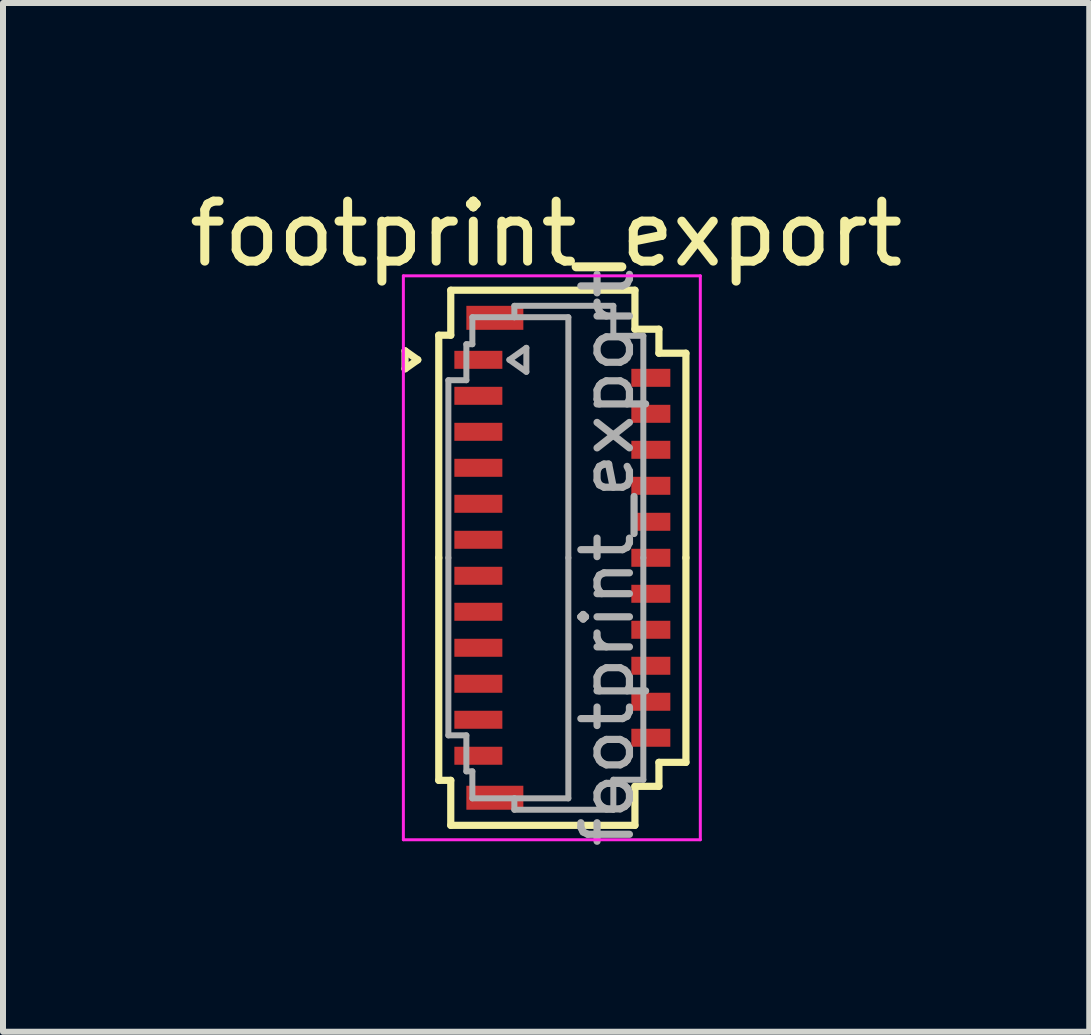
<source format=kicad_pcb>
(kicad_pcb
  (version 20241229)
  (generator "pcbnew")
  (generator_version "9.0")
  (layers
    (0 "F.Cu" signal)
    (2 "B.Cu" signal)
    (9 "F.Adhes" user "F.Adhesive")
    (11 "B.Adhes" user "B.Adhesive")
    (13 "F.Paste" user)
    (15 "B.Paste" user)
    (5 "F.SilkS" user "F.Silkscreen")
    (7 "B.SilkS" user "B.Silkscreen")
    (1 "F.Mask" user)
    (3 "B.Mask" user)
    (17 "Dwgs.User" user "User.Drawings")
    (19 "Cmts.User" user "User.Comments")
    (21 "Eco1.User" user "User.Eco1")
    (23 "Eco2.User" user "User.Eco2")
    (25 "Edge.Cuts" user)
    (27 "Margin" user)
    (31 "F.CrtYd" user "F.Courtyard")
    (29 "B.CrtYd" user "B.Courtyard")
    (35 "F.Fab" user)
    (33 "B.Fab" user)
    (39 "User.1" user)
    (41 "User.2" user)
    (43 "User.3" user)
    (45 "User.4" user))
  (footprint "footprint_export"
    (layer "F.Cu")
    (at 6.324 6.248)
    (property "Reference" "footprint_export" (at -0.27 -5.4 0) (layer "F.SilkS") (effects (font (size 1 1) (thickness 0.15))))
    (attr smd)
    (fp_line (start -2.622 -3.45) (end -2.41 -3.3) (stroke (width 0.12) (type solid)) (layer "F.SilkS"))
    (fp_line (start -2.622 -3.15) (end -2.622 -3.45) (stroke (width 0.12) (type solid)) (layer "F.SilkS"))
    (fp_line (start -2.41 -3.3) (end -2.622 -3.15) (stroke (width 0.12) (type solid)) (layer "F.SilkS"))
    (fp_line (start -2.06 -3.71) (end -2.06 0) (stroke (width 0.12) (type solid)) (layer "F.SilkS"))
    (fp_line (start -2.06 3.71) (end -2.06 0) (stroke (width 0.12) (type solid)) (layer "F.SilkS"))
    (fp_line (start -1.86 -4.46) (end -1.86 -3.71) (stroke (width 0.12) (type solid)) (layer "F.SilkS"))
    (fp_line (start -1.86 -3.71) (end -2.06 -3.71) (stroke (width 0.12) (type solid)) (layer "F.SilkS"))
    (fp_line (start -1.86 3.71) (end -2.06 3.71) (stroke (width 0.12) (type solid)) (layer "F.SilkS"))
    (fp_line (start -1.86 4.46) (end -1.86 3.71) (stroke (width 0.12) (type solid)) (layer "F.SilkS"))
    (fp_line (start 1.21 -4.46) (end -1.86 -4.46) (stroke (width 0.12) (type solid)) (layer "F.SilkS"))
    (fp_line (start 1.21 -3.81) (end 1.21 -4.46) (stroke (width 0.12) (type solid)) (layer "F.SilkS"))
    (fp_line (start 1.21 3.81) (end 1.21 4.46) (stroke (width 0.12) (type solid)) (layer "F.SilkS"))
    (fp_line (start 1.21 4.46) (end -1.86 4.46) (stroke (width 0.12) (type solid)) (layer "F.SilkS"))
    (fp_line (start 1.61 -3.81) (end 1.21 -3.81) (stroke (width 0.12) (type solid)) (layer "F.SilkS"))
    (fp_line (start 1.61 -3.41) (end 1.61 -3.81) (stroke (width 0.12) (type solid)) (layer "F.SilkS"))
    (fp_line (start 1.61 3.41) (end 1.61 3.81) (stroke (width 0.12) (type solid)) (layer "F.SilkS"))
    (fp_line (start 1.61 3.81) (end 1.21 3.81) (stroke (width 0.12) (type solid)) (layer "F.SilkS"))
    (fp_line (start 2.06 -3.41) (end 1.61 -3.41) (stroke (width 0.12) (type solid)) (layer "F.SilkS"))
    (fp_line (start 2.06 0) (end 2.06 -3.41) (stroke (width 0.12) (type solid)) (layer "F.SilkS"))
    (fp_line (start 2.06 0) (end 2.06 3.41) (stroke (width 0.12) (type solid)) (layer "F.SilkS"))
    (fp_line (start 2.06 3.41) (end 1.61 3.41) (stroke (width 0.12) (type solid)) (layer "F.SilkS"))
    (fp_line (start -2.65 -4.7) (end -2.65 4.7) (stroke (width 0.05) (type solid)) (layer "F.CrtYd"))
    (fp_line (start -2.65 4.7) (end 2.3 4.7) (stroke (width 0.05) (type solid)) (layer "F.CrtYd"))
    (fp_line (start 2.3 -4.7) (end -2.65 -4.7) (stroke (width 0.05) (type solid)) (layer "F.CrtYd"))
    (fp_line (start 2.3 4.7) (end 2.3 -4.7) (stroke (width 0.05) (type solid)) (layer "F.CrtYd"))
    (fp_line (start -1.9 -2.96) (end -1.6 -2.96) (stroke (width 0.1) (type solid)) (layer "F.Fab"))
    (fp_line (start -1.9 0) (end -1.9 -2.96) (stroke (width 0.1) (type solid)) (layer "F.Fab"))
    (fp_line (start -1.9 0) (end -1.9 2.96) (stroke (width 0.1) (type solid)) (layer "F.Fab"))
    (fp_line (start -1.9 2.96) (end -1.6 2.96) (stroke (width 0.1) (type solid)) (layer "F.Fab"))
    (fp_line (start -1.6 -3.56) (end -1.5 -3.56) (stroke (width 0.1) (type solid)) (layer "F.Fab"))
    (fp_line (start -1.6 -2.96) (end -1.6 -3.56) (stroke (width 0.1) (type solid)) (layer "F.Fab"))
    (fp_line (start -1.6 2.96) (end -1.6 3.56) (stroke (width 0.1) (type solid)) (layer "F.Fab"))
    (fp_line (start -1.6 3.56) (end -1.5 3.56) (stroke (width 0.1) (type solid)) (layer "F.Fab"))
    (fp_line (start -1.5 -4.01) (end -0.8 -4.01) (stroke (width 0.1) (type solid)) (layer "F.Fab"))
    (fp_line (start -1.5 -3.56) (end -1.5 -4.01) (stroke (width 0.1) (type solid)) (layer "F.Fab"))
    (fp_line (start -1.5 3.56) (end -1.5 4.01) (stroke (width 0.1) (type solid)) (layer "F.Fab"))
    (fp_line (start -1.5 4.01) (end -0.8 4.01) (stroke (width 0.1) (type solid)) (layer "F.Fab"))
    (fp_line (start -0.883 -3.3) (end -0.6 -3.1) (stroke (width 0.1) (type solid)) (layer "F.Fab"))
    (fp_line (start -0.8 -4.2) (end 0.85 -4.2) (stroke (width 0.1) (type solid)) (layer "F.Fab"))
    (fp_line (start -0.8 -4.01) (end -0.8 -4.2) (stroke (width 0.1) (type solid)) (layer "F.Fab"))
    (fp_line (start -0.8 4.01) (end -0.8 4.2) (stroke (width 0.1) (type solid)) (layer "F.Fab"))
    (fp_line (start -0.8 4.2) (end 0.85 4.2) (stroke (width 0.1) (type solid)) (layer "F.Fab"))
    (fp_line (start -0.6 -3.5) (end -0.883 -3.3) (stroke (width 0.1) (type solid)) (layer "F.Fab"))
    (fp_line (start -0.6 -3.1) (end -0.6 -3.5) (stroke (width 0.1) (type solid)) (layer "F.Fab"))
    (fp_line (start 0.1 -4.01) (end -0.8 -4.01) (stroke (width 0.1) (type solid)) (layer "F.Fab"))
    (fp_line (start 0.1 0) (end 0.1 -4.01) (stroke (width 0.1) (type solid)) (layer "F.Fab"))
    (fp_line (start 0.1 0) (end 0.1 4.01) (stroke (width 0.1) (type solid)) (layer "F.Fab"))
    (fp_line (start 0.1 4.01) (end -0.8 4.01) (stroke (width 0.1) (type solid)) (layer "F.Fab"))
    (fp_line (start 0.85 -4.2) (end 0.85 -3.7) (stroke (width 0.1) (type solid)) (layer "F.Fab"))
    (fp_line (start 0.85 -3.7) (end 1.35 -3.7) (stroke (width 0.1) (type solid)) (layer "F.Fab"))
    (fp_line (start 0.85 3.7) (end 1.35 3.7) (stroke (width 0.1) (type solid)) (layer "F.Fab"))
    (fp_line (start 0.85 4.2) (end 0.85 3.7) (stroke (width 0.1) (type solid)) (layer "F.Fab"))
    (fp_line (start 1.35 -3.7) (end 1.35 0) (stroke (width 0.1) (type solid)) (layer "F.Fab"))
    (fp_line (start 1.35 3.7) (end 1.35 0) (stroke (width 0.1) (type solid)) (layer "F.Fab"))
    (fp_text user "${REFERENCE}" (at 0.75 0 90) (layer "F.Fab") (effects (font (size 0.81 0.81) (thickness 0.12))))
    (pad "1" smd rect (at -1.4 -3.3) (size 0.8 0.3) (layers "F.Cu" "F.Mask" "F.Paste"))
    (pad "2" smd rect (at 1.475 -3) (size 0.65 0.3) (layers "F.Cu" "F.Mask" "F.Paste"))
    (pad "3" smd rect (at -1.4 -2.7) (size 0.8 0.3) (layers "F.Cu" "F.Mask" "F.Paste"))
    (pad "4" smd rect (at 1.475 -2.4) (size 0.65 0.3) (layers "F.Cu" "F.Mask" "F.Paste"))
    (pad "5" smd rect (at -1.4 -2.1) (size 0.8 0.3) (layers "F.Cu" "F.Mask" "F.Paste"))
    (pad "6" smd rect (at 1.475 -1.8) (size 0.65 0.3) (layers "F.Cu" "F.Mask" "F.Paste"))
    (pad "7" smd rect (at -1.4 -1.5) (size 0.8 0.3) (layers "F.Cu" "F.Mask" "F.Paste"))
    (pad "8" smd rect (at 1.475 -1.2) (size 0.65 0.3) (layers "F.Cu" "F.Mask" "F.Paste"))
    (pad "9" smd rect (at -1.4 -0.9) (size 0.8 0.3) (layers "F.Cu" "F.Mask" "F.Paste"))
    (pad "10" smd rect (at 1.475 -0.6) (size 0.65 0.3) (layers "F.Cu" "F.Mask" "F.Paste"))
    (pad "11" smd rect (at -1.4 -0.3) (size 0.8 0.3) (layers "F.Cu" "F.Mask" "F.Paste"))
    (pad "12" smd rect (at 1.475 0) (size 0.65 0.3) (layers "F.Cu" "F.Mask" "F.Paste"))
    (pad "13" smd rect (at -1.4 0.3) (size 0.8 0.3) (layers "F.Cu" "F.Mask" "F.Paste"))
    (pad "14" smd rect (at 1.475 0.6) (size 0.65 0.3) (layers "F.Cu" "F.Mask" "F.Paste"))
    (pad "15" smd rect (at -1.4 0.9) (size 0.8 0.3) (layers "F.Cu" "F.Mask" "F.Paste"))
    (pad "16" smd rect (at 1.475 1.2) (size 0.65 0.3) (layers "F.Cu" "F.Mask" "F.Paste"))
    (pad "17" smd rect (at -1.4 1.5) (size 0.8 0.3) (layers "F.Cu" "F.Mask" "F.Paste"))
    (pad "18" smd rect (at 1.475 1.8) (size 0.65 0.3) (layers "F.Cu" "F.Mask" "F.Paste"))
    (pad "19" smd rect (at -1.4 2.1) (size 0.8 0.3) (layers "F.Cu" "F.Mask" "F.Paste"))
    (pad "20" smd rect (at 1.475 2.4) (size 0.65 0.3) (layers "F.Cu" "F.Mask" "F.Paste"))
    (pad "21" smd rect (at -1.4 2.7) (size 0.8 0.3) (layers "F.Cu" "F.Mask" "F.Paste"))
    (pad "22" smd rect (at 1.475 3) (size 0.65 0.3) (layers "F.Cu" "F.Mask" "F.Paste"))
    (pad "23" smd rect (at -1.4 3.3) (size 0.8 0.3) (layers "F.Cu" "F.Mask" "F.Paste"))
    (pad "MP" smd rect (at -1.125 -4) (size 0.95 0.4) (layers "F.Cu" "F.Mask" "F.Paste"))
    (pad "MP" smd rect (at -1.125 4) (size 0.95 0.4) (layers "F.Cu" "F.Mask" "F.Paste")))
  (gr_rect
    (start -3 -3)
    (end 15.107 14.149)
    (stroke (width 0.1) (type default))
    (fill no)
    (layer "Edge.Cuts")))
</source>
